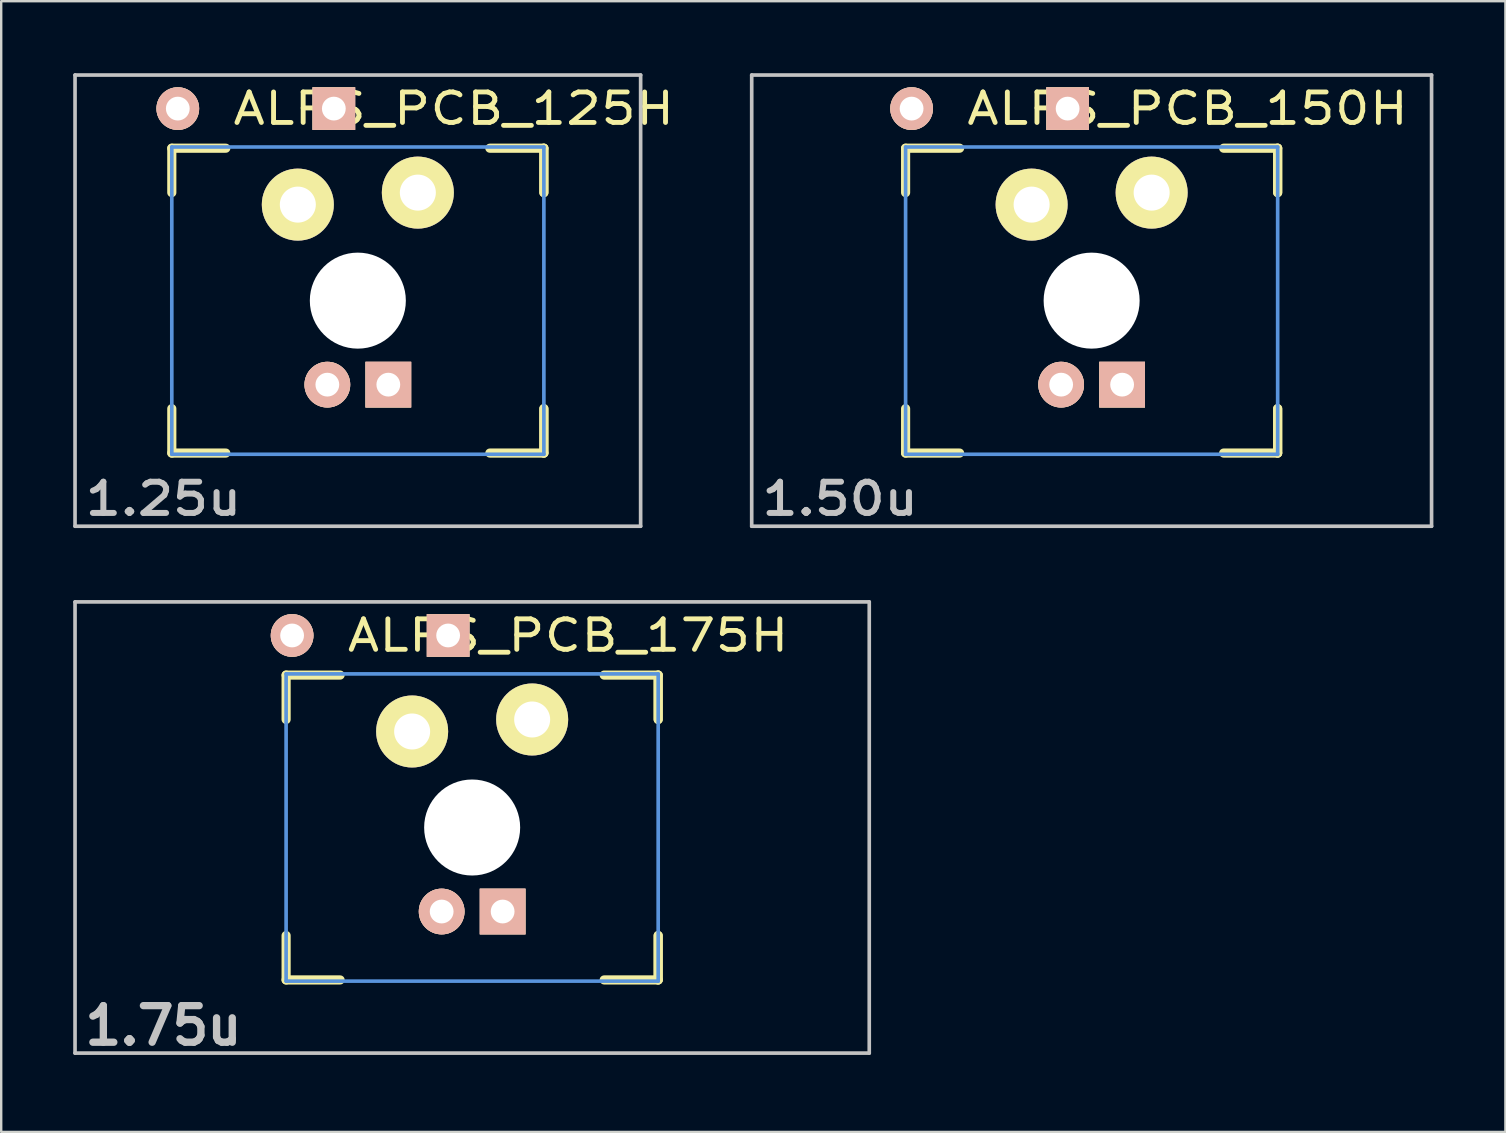
<source format=kicad_pcb>
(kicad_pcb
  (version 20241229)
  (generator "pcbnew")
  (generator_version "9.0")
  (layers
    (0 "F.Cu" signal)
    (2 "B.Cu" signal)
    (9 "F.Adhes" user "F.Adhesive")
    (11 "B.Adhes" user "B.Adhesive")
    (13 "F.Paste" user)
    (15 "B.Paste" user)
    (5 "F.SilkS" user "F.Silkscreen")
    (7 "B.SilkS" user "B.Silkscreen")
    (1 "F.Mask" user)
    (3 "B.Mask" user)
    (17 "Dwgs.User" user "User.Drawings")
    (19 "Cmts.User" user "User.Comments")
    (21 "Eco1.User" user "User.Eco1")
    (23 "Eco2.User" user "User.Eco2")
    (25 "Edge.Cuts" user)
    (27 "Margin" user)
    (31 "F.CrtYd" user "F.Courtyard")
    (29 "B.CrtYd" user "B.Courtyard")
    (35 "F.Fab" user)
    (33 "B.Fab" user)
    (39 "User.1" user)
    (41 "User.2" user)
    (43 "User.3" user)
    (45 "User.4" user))
  (footprint "ALPS_PCB_150H"
    (layer "F.Cu")
    (at 42.426 9.474)
    (property "Reference" "ALPS_PCB_150H" (at 4 -8 0) (layer "F.SilkS") (effects (font (size 1.27 1.524) (thickness 0.203))))
    (attr through_hole)
    (fp_line (start -7.75 -6.35) (end -5.5 -6.35) (stroke (width 0.381) (type solid)) (layer "F.SilkS"))
    (fp_line (start -7.75 -4.5) (end -7.75 -6.35) (stroke (width 0.381) (type solid)) (layer "F.SilkS"))
    (fp_line (start -7.75 6.35) (end -7.75 4.5) (stroke (width 0.381) (type solid)) (layer "F.SilkS"))
    (fp_line (start -5.5 6.35) (end -7.75 6.35) (stroke (width 0.381) (type solid)) (layer "F.SilkS"))
    (fp_line (start 5.5 -6.35) (end 7.75 -6.35) (stroke (width 0.381) (type solid)) (layer "F.SilkS"))
    (fp_line (start 7.75 -6.35) (end 7.75 -4.5) (stroke (width 0.381) (type solid)) (layer "F.SilkS"))
    (fp_line (start 7.75 -6.35) (end 7.75 -4.5) (stroke (width 0.381) (type solid)) (layer "F.SilkS"))
    (fp_line (start 7.75 4.5) (end 7.75 6.35) (stroke (width 0.381) (type solid)) (layer "F.SilkS"))
    (fp_line (start 7.75 4.5) (end 7.75 6.35) (stroke (width 0.381) (type solid)) (layer "F.SilkS"))
    (fp_line (start 7.75 6.35) (end 5.5 6.35) (stroke (width 0.381) (type solid)) (layer "F.SilkS"))
    (fp_line (start -14.161 -9.398) (end 14.161 -9.398) (stroke (width 0.152) (type solid)) (layer "Dwgs.User"))
    (fp_line (start -14.161 9.398) (end -14.161 -9.398) (stroke (width 0.152) (type solid)) (layer "Dwgs.User"))
    (fp_line (start 14.161 -9.398) (end 14.161 9.398) (stroke (width 0.152) (type solid)) (layer "Dwgs.User"))
    (fp_line (start 14.161 9.398) (end -14.161 9.398) (stroke (width 0.152) (type solid)) (layer "Dwgs.User"))
    (fp_line (start -7.75 -6.4) (end -7.75 6.4) (stroke (width 0.152) (type solid)) (layer "Cmts.User"))
    (fp_line (start 7.75 -6.4) (end -7.75 -6.4) (stroke (width 0.152) (type solid)) (layer "Cmts.User"))
    (fp_line (start 7.75 -6.4) (end 7.75 6.4) (stroke (width 0.152) (type solid)) (layer "Cmts.User"))
    (fp_line (start 7.75 6.4) (end -7.75 6.4) (stroke (width 0.152) (type solid)) (layer "Cmts.User"))
    (fp_line (start -7.75 -6.4) (end -7.75 6.4) (stroke (width 0.152) (type solid)) (layer "Eco2.User"))
    (fp_line (start 7.75 -6.4) (end -7.75 -6.4) (stroke (width 0.152) (type solid)) (layer "Eco2.User"))
    (fp_line (start 7.75 -6.4) (end 7.75 6.4) (stroke (width 0.152) (type solid)) (layer "Eco2.User"))
    (fp_line (start 7.75 6.4) (end -7.75 6.4) (stroke (width 0.152) (type solid)) (layer "Eco2.User"))
    (fp_text user "1.50u" (at -10.477 8.255 0) (layer "Dwgs.User") (effects (font (size 1.3 1.524) (thickness 0.25))))
    (pad "" np_thru_hole circle (at 0 0) (size 4 4) (drill 4) (layers "*.Cu"))
    (pad "1" thru_hole circle (at -7.5 -8) (size 1.778 1.778) (drill 0.991) (layers "*.Cu" "*.SilkS" "*.Mask"))
    (pad "1" thru_hole circle (at -2.5 -4) (size 3 3) (drill 1.5) (layers "*.Cu" "*.Mask" "F.SilkS"))
    (pad "1" thru_hole circle (at -1.27 3.5) (size 1.905 1.905) (drill 0.991) (layers "*.Cu" "*.SilkS" "*.Mask"))
    (pad "2" thru_hole rect (at -1 -8) (size 1.778 1.778) (drill 0.991) (layers "*.Cu" "*.SilkS" "*.Mask"))
    (pad "2" thru_hole rect (at 1.27 3.5) (size 1.905 1.905) (drill 0.991) (layers "*.Cu" "*.SilkS" "*.Mask"))
    (pad "2" thru_hole circle (at 2.5 -4.5) (size 3 3) (drill 1.5) (layers "*.Cu" "*.Mask" "F.SilkS")))
  (footprint "ALPS_PCB_175H"
    (layer "F.Cu")
    (at 16.619 31.423)
    (property "Reference" "ALPS_PCB_175H" (at 4 -8 0) (layer "F.SilkS") (effects (font (size 1.27 1.524) (thickness 0.203))))
    (attr through_hole)
    (fp_line (start -7.75 -6.35) (end -5.5 -6.35) (stroke (width 0.381) (type solid)) (layer "F.SilkS"))
    (fp_line (start -7.75 -4.5) (end -7.75 -6.35) (stroke (width 0.381) (type solid)) (layer "F.SilkS"))
    (fp_line (start -7.75 6.35) (end -7.75 4.5) (stroke (width 0.381) (type solid)) (layer "F.SilkS"))
    (fp_line (start -5.5 6.35) (end -7.75 6.35) (stroke (width 0.381) (type solid)) (layer "F.SilkS"))
    (fp_line (start 5.5 -6.35) (end 7.75 -6.35) (stroke (width 0.381) (type solid)) (layer "F.SilkS"))
    (fp_line (start 7.75 -6.35) (end 7.75 -4.5) (stroke (width 0.381) (type solid)) (layer "F.SilkS"))
    (fp_line (start 7.75 -6.35) (end 7.75 -4.5) (stroke (width 0.381) (type solid)) (layer "F.SilkS"))
    (fp_line (start 7.75 4.5) (end 7.75 6.35) (stroke (width 0.381) (type solid)) (layer "F.SilkS"))
    (fp_line (start 7.75 4.5) (end 7.75 6.35) (stroke (width 0.381) (type solid)) (layer "F.SilkS"))
    (fp_line (start 7.75 6.35) (end 5.5 6.35) (stroke (width 0.381) (type solid)) (layer "F.SilkS"))
    (fp_line (start -16.543 -9.398) (end 16.543 -9.398) (stroke (width 0.152) (type solid)) (layer "Dwgs.User"))
    (fp_line (start -16.543 9.398) (end -16.543 -9.398) (stroke (width 0.152) (type solid)) (layer "Dwgs.User"))
    (fp_line (start 16.543 -9.398) (end 16.543 9.398) (stroke (width 0.152) (type solid)) (layer "Dwgs.User"))
    (fp_line (start 16.543 9.398) (end -16.543 9.398) (stroke (width 0.152) (type solid)) (layer "Dwgs.User"))
    (fp_line (start -7.75 -6.4) (end -7.75 6.4) (stroke (width 0.152) (type solid)) (layer "Cmts.User"))
    (fp_line (start 7.75 -6.4) (end -7.75 -6.4) (stroke (width 0.152) (type solid)) (layer "Cmts.User"))
    (fp_line (start 7.75 -6.4) (end 7.75 6.4) (stroke (width 0.152) (type solid)) (layer "Cmts.User"))
    (fp_line (start 7.75 6.4) (end -7.75 6.4) (stroke (width 0.152) (type solid)) (layer "Cmts.User"))
    (fp_line (start -7.75 -6.4) (end -7.75 6.4) (stroke (width 0.152) (type solid)) (layer "Eco2.User"))
    (fp_line (start 7.75 -6.4) (end -7.75 -6.4) (stroke (width 0.152) (type solid)) (layer "Eco2.User"))
    (fp_line (start 7.75 -6.4) (end 7.75 6.4) (stroke (width 0.152) (type solid)) (layer "Eco2.User"))
    (fp_line (start 7.75 6.4) (end -7.75 6.4) (stroke (width 0.152) (type solid)) (layer "Eco2.User"))
    (fp_text user "1.75u" (at -12.86 8.255 0) (layer "Dwgs.User") (effects (font (size 1.524 1.524) (thickness 0.305))))
    (pad "" np_thru_hole circle (at 0 0) (size 4 4) (drill 4) (layers "*.Cu"))
    (pad "1" thru_hole circle (at -7.5 -8) (size 1.778 1.778) (drill 0.991) (layers "*.Cu" "*.SilkS" "*.Mask"))
    (pad "1" thru_hole circle (at -2.5 -4) (size 3 3) (drill 1.5) (layers "*.Cu" "*.Mask" "F.SilkS"))
    (pad "1" thru_hole circle (at -1.27 3.5) (size 1.905 1.905) (drill 0.991) (layers "*.Cu" "*.SilkS" "*.Mask"))
    (pad "2" thru_hole rect (at -1 -8) (size 1.778 1.778) (drill 0.991) (layers "*.Cu" "*.SilkS" "*.Mask"))
    (pad "2" thru_hole rect (at 1.27 3.5) (size 1.905 1.905) (drill 0.991) (layers "*.Cu" "*.SilkS" "*.Mask"))
    (pad "2" thru_hole circle (at 2.5 -4.5) (size 3 3) (drill 1.5) (layers "*.Cu" "*.Mask" "F.SilkS")))
  (footprint "ALPS_PCB_125H"
    (layer "F.Cu")
    (at 11.857 9.474)
    (property "Reference" "ALPS_PCB_125H" (at 4 -8 0) (layer "F.SilkS") (effects (font (size 1.27 1.524) (thickness 0.203))))
    (attr through_hole)
    (fp_line (start -7.75 -6.35) (end -5.5 -6.35) (stroke (width 0.381) (type solid)) (layer "F.SilkS"))
    (fp_line (start -7.75 -4.5) (end -7.75 -6.35) (stroke (width 0.381) (type solid)) (layer "F.SilkS"))
    (fp_line (start -7.75 6.35) (end -7.75 4.5) (stroke (width 0.381) (type solid)) (layer "F.SilkS"))
    (fp_line (start -5.5 6.35) (end -7.75 6.35) (stroke (width 0.381) (type solid)) (layer "F.SilkS"))
    (fp_line (start 5.5 -6.35) (end 7.75 -6.35) (stroke (width 0.381) (type solid)) (layer "F.SilkS"))
    (fp_line (start 7.75 -6.35) (end 7.75 -4.5) (stroke (width 0.381) (type solid)) (layer "F.SilkS"))
    (fp_line (start 7.75 -6.35) (end 7.75 -4.5) (stroke (width 0.381) (type solid)) (layer "F.SilkS"))
    (fp_line (start 7.75 4.5) (end 7.75 6.35) (stroke (width 0.381) (type solid)) (layer "F.SilkS"))
    (fp_line (start 7.75 4.5) (end 7.75 6.35) (stroke (width 0.381) (type solid)) (layer "F.SilkS"))
    (fp_line (start 7.75 6.35) (end 5.5 6.35) (stroke (width 0.381) (type solid)) (layer "F.SilkS"))
    (fp_line (start -11.781 -9.398) (end 11.781 -9.398) (stroke (width 0.152) (type solid)) (layer "Dwgs.User"))
    (fp_line (start -11.781 9.398) (end -11.781 -9.398) (stroke (width 0.152) (type solid)) (layer "Dwgs.User"))
    (fp_line (start 11.781 -9.398) (end 11.781 9.398) (stroke (width 0.152) (type solid)) (layer "Dwgs.User"))
    (fp_line (start 11.781 9.398) (end -11.781 9.398) (stroke (width 0.152) (type solid)) (layer "Dwgs.User"))
    (fp_line (start -7.75 -6.4) (end -7.75 6.4) (stroke (width 0.152) (type solid)) (layer "Cmts.User"))
    (fp_line (start 7.75 -6.4) (end -7.75 -6.4) (stroke (width 0.152) (type solid)) (layer "Cmts.User"))
    (fp_line (start 7.75 -6.4) (end 7.75 6.4) (stroke (width 0.152) (type solid)) (layer "Cmts.User"))
    (fp_line (start 7.75 6.4) (end -7.75 6.4) (stroke (width 0.152) (type solid)) (layer "Cmts.User"))
    (fp_line (start -7.75 -6.4) (end -7.75 6.4) (stroke (width 0.152) (type solid)) (layer "Eco2.User"))
    (fp_line (start 7.75 -6.4) (end -7.75 -6.4) (stroke (width 0.152) (type solid)) (layer "Eco2.User"))
    (fp_line (start 7.75 -6.4) (end 7.75 6.4) (stroke (width 0.152) (type solid)) (layer "Eco2.User"))
    (fp_line (start 7.75 6.4) (end -7.75 6.4) (stroke (width 0.152) (type solid)) (layer "Eco2.User"))
    (fp_text user "1.25u" (at -8.098 8.255 0) (layer "Dwgs.User") (effects (font (size 1.3 1.524) (thickness 0.25))))
    (pad "" np_thru_hole circle (at 0 0) (size 4 4) (drill 4) (layers "*.Cu"))
    (pad "1" thru_hole circle (at -7.5 -8) (size 1.778 1.778) (drill 0.991) (layers "*.Cu" "*.SilkS" "*.Mask"))
    (pad "1" thru_hole circle (at -2.5 -4) (size 3 3) (drill 1.5) (layers "*.Cu" "*.Mask" "F.SilkS"))
    (pad "1" thru_hole circle (at -1.27 3.5) (size 1.905 1.905) (drill 0.991) (layers "*.Cu" "*.SilkS" "*.Mask"))
    (pad "2" thru_hole rect (at -1 -8) (size 1.778 1.778) (drill 0.991) (layers "*.Cu" "*.SilkS" "*.Mask"))
    (pad "2" thru_hole rect (at 1.27 3.5) (size 1.905 1.905) (drill 0.991) (layers "*.Cu" "*.SilkS" "*.Mask"))
    (pad "2" thru_hole circle (at 2.5 -4.5) (size 3 3) (drill 1.5) (layers "*.Cu" "*.Mask" "F.SilkS")))
  (gr_rect
    (start -3 -3)
    (end 59.663 44.104)
    (stroke (width 0.1) (type default))
    (fill no)
    (layer "Edge.Cuts")))
</source>
